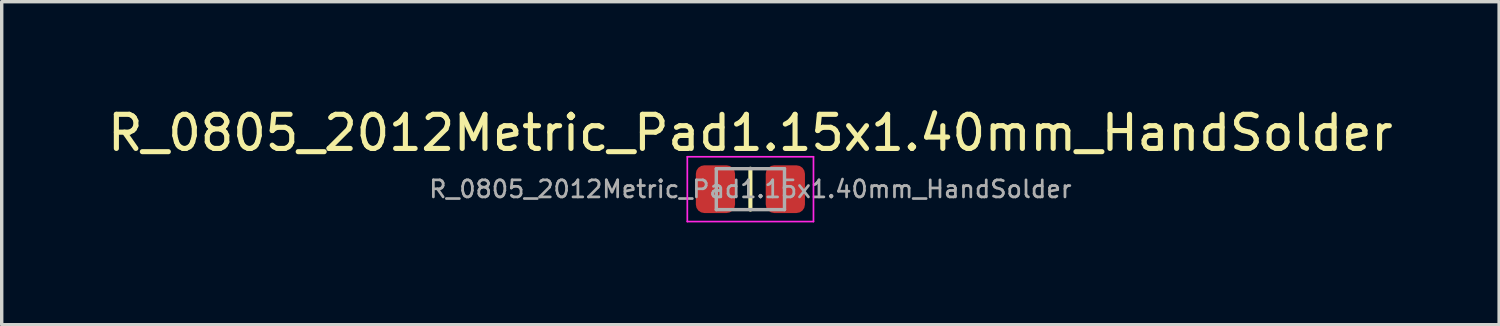
<source format=kicad_pcb>
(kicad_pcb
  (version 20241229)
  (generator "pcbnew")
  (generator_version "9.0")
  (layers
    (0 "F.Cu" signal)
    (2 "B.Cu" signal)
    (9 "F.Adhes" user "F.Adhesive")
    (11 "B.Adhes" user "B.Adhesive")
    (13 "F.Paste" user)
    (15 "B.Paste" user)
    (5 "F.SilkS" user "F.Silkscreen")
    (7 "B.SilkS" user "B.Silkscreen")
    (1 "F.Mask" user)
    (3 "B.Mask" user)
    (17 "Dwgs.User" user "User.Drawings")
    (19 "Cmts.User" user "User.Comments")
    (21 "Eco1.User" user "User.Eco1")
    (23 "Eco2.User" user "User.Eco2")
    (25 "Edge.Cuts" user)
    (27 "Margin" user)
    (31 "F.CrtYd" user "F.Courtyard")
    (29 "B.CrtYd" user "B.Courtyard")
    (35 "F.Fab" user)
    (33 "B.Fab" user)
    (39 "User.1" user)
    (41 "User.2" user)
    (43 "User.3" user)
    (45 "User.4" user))
  (footprint "R_0805_2012Metric_Pad1.15x1.40mm_HandSolder"
    (layer "F.Cu")
    (at 18.958 2.498)
    (property "Reference" "R_0805_2012Metric_Pad1.15x1.40mm_HandSolder" (at 0 -1.65 0) (layer "F.SilkS") (effects (font (size 1 1) (thickness 0.15))))
    (attr smd)
    (fp_line (start 0 0.6) (end 0 -0.6) (stroke (width 0.12) (type solid)) (layer "F.SilkS"))
    (fp_line (start -1.85 -0.95) (end 1.85 -0.95) (stroke (width 0.05) (type solid)) (layer "F.CrtYd"))
    (fp_line (start -1.85 0.95) (end -1.85 -0.95) (stroke (width 0.05) (type solid)) (layer "F.CrtYd"))
    (fp_line (start 1.85 -0.95) (end 1.85 0.95) (stroke (width 0.05) (type solid)) (layer "F.CrtYd"))
    (fp_line (start 1.85 0.95) (end -1.85 0.95) (stroke (width 0.05) (type solid)) (layer "F.CrtYd"))
    (fp_line (start -1 -0.6) (end 1 -0.6) (stroke (width 0.1) (type solid)) (layer "F.Fab"))
    (fp_line (start -1 0.6) (end -1 -0.6) (stroke (width 0.1) (type solid)) (layer "F.Fab"))
    (fp_line (start 1 -0.6) (end 1 0.6) (stroke (width 0.1) (type solid)) (layer "F.Fab"))
    (fp_line (start 1 0.6) (end -1 0.6) (stroke (width 0.1) (type solid)) (layer "F.Fab"))
    (fp_text user "${REFERENCE}" (at 0 0 0) (layer "F.Fab") (effects (font (size 0.5 0.5) (thickness 0.08))))
    (pad "1" smd roundrect (at -1.025 0) (size 1.15 1.4) (layers "F.Cu" "F.Mask" "F.Paste") (roundrect_rratio 0.217))
    (pad "2" smd roundrect (at 1.025 0) (size 1.15 1.4) (layers "F.Cu" "F.Mask" "F.Paste") (roundrect_rratio 0.217)))
  (gr_rect
    (start -3 -3)
    (end 40.917 6.473)
    (stroke (width 0.1) (type default))
    (fill no)
    (layer "Edge.Cuts")))
</source>
